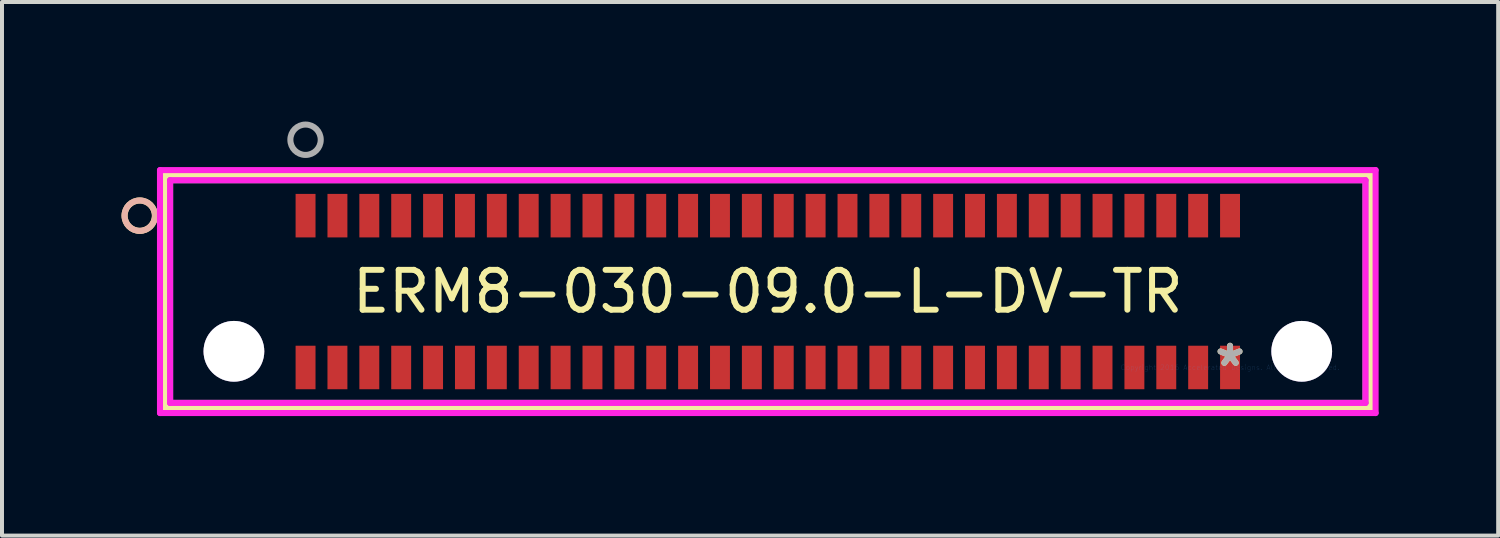
<source format=kicad_pcb>
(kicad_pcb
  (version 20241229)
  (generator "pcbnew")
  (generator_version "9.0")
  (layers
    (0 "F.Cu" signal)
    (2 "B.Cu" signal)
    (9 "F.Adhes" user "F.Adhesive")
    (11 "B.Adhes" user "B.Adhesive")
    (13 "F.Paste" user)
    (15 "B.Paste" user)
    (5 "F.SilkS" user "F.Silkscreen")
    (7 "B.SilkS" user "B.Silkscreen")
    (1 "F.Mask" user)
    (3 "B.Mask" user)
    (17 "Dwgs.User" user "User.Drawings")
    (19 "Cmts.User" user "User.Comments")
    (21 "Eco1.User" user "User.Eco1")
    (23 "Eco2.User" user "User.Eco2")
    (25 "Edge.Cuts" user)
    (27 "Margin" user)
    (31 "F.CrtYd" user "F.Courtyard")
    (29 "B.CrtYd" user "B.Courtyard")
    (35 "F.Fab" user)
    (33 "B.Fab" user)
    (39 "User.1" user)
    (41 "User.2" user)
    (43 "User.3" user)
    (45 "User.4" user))
  (footprint "ERM8-030-09.0-L-DV-TR"
    (layer "F.Cu")
    (at 27.818 6.172)
    (property "Reference" "ERM8-030-09.0-L-DV-TR" (at -11.6 -1.905 0) (layer "F.SilkS") (effects (font (size 1 1) (thickness 0.15))))
    (attr through_hole)
    (fp_line (start -26.726 -4.826) (end -26.726 1.016) (stroke (width 0.152) (type solid)) (layer "F.SilkS"))
    (fp_line (start -26.726 1.016) (end 3.526 1.016) (stroke (width 0.152) (type solid)) (layer "F.SilkS"))
    (fp_line (start 3.526 -4.826) (end -26.726 -4.826) (stroke (width 0.152) (type solid)) (layer "F.SilkS"))
    (fp_line (start 3.526 1.016) (end 3.526 -4.826) (stroke (width 0.152) (type solid)) (layer "F.SilkS"))
    (fp_circle (center -27.361 -3.81) (end -26.98 -3.81) (stroke (width 0.152) (type solid)) (fill no) (layer "F.SilkS"))
    (fp_circle (center -27.361 -3.81) (end -26.98 -3.81) (stroke (width 0.152) (type solid)) (fill no) (layer "B.SilkS"))
    (fp_line (start -26.853 -4.953) (end -26.853 1.143) (stroke (width 0.152) (type solid)) (layer "F.CrtYd"))
    (fp_line (start -26.853 1.143) (end 3.653 1.143) (stroke (width 0.152) (type solid)) (layer "F.CrtYd"))
    (fp_line (start -26.599 -4.699) (end -26.599 0.889) (stroke (width 0.152) (type solid)) (layer "F.CrtYd"))
    (fp_line (start -26.599 0.889) (end 3.399 0.889) (stroke (width 0.152) (type solid)) (layer "F.CrtYd"))
    (fp_line (start 3.399 -4.699) (end -26.599 -4.699) (stroke (width 0.152) (type solid)) (layer "F.CrtYd"))
    (fp_line (start 3.399 0.889) (end 3.399 -4.699) (stroke (width 0.152) (type solid)) (layer "F.CrtYd"))
    (fp_line (start 3.653 -4.953) (end -26.853 -4.953) (stroke (width 0.152) (type solid)) (layer "F.CrtYd"))
    (fp_line (start 3.653 1.143) (end 3.653 -4.953) (stroke (width 0.152) (type solid)) (layer "F.CrtYd"))
    (fp_line (start -26.599 -4.699) (end -26.599 0.889) (stroke (width 0.152) (type solid)) (layer "F.Fab"))
    (fp_line (start -26.599 0.889) (end 3.399 0.889) (stroke (width 0.152) (type solid)) (layer "F.Fab"))
    (fp_line (start 3.399 -4.699) (end -26.599 -4.699) (stroke (width 0.152) (type solid)) (layer "F.Fab"))
    (fp_line (start 3.399 0.889) (end 3.399 -4.699) (stroke (width 0.152) (type solid)) (layer "F.Fab"))
    (fp_circle (center -23.2 -5.715) (end -22.819 -5.715) (stroke (width 0.152) (type solid)) (fill no) (layer "F.Fab"))
    (fp_text user "*" (at 0 0 0) (layer "F.SilkS") (effects (font (size 1 1) (thickness 0.15))))
    (fp_text user "Copyright 2016 Accelerated Designs. All rights reserved." (at 0 0 0) (layer "Cmts.User") (effects (font (size 0.127 0.127) (thickness 0.002))))
    (fp_text user "*" (at 0 0 0) (layer "F.Fab") (effects (font (size 1 1) (thickness 0.15))))
    (pad "1" smd rect (at -23.2 -3.81) (size 0.5 1.092) (layers "F.Cu" "F.Mask" "F.Paste"))
    (pad "2" smd rect (at -23.2 0) (size 0.5 1.092) (layers "F.Cu" "F.Mask" "F.Paste"))
    (pad "3" smd rect (at -22.4 -3.81) (size 0.5 1.092) (layers "F.Cu" "F.Mask" "F.Paste"))
    (pad "4" smd rect (at -22.4 0) (size 0.5 1.092) (layers "F.Cu" "F.Mask" "F.Paste"))
    (pad "5" smd rect (at -21.6 -3.81) (size 0.5 1.092) (layers "F.Cu" "F.Mask" "F.Paste"))
    (pad "6" smd rect (at -21.6 0) (size 0.5 1.092) (layers "F.Cu" "F.Mask" "F.Paste"))
    (pad "7" smd rect (at -20.8 -3.81) (size 0.5 1.092) (layers "F.Cu" "F.Mask" "F.Paste"))
    (pad "8" smd rect (at -20.8 0) (size 0.5 1.092) (layers "F.Cu" "F.Mask" "F.Paste"))
    (pad "9" smd rect (at -20 -3.81) (size 0.5 1.092) (layers "F.Cu" "F.Mask" "F.Paste"))
    (pad "10" smd rect (at -20 0) (size 0.5 1.092) (layers "F.Cu" "F.Mask" "F.Paste"))
    (pad "11" smd rect (at -19.2 -3.81) (size 0.5 1.092) (layers "F.Cu" "F.Mask" "F.Paste"))
    (pad "12" smd rect (at -19.2 0) (size 0.5 1.092) (layers "F.Cu" "F.Mask" "F.Paste"))
    (pad "13" smd rect (at -18.4 -3.81) (size 0.5 1.092) (layers "F.Cu" "F.Mask" "F.Paste"))
    (pad "14" smd rect (at -18.4 0) (size 0.5 1.092) (layers "F.Cu" "F.Mask" "F.Paste"))
    (pad "15" smd rect (at -17.6 -3.81) (size 0.5 1.092) (layers "F.Cu" "F.Mask" "F.Paste"))
    (pad "16" smd rect (at -17.6 0) (size 0.5 1.092) (layers "F.Cu" "F.Mask" "F.Paste"))
    (pad "17" smd rect (at -16.8 -3.81) (size 0.5 1.092) (layers "F.Cu" "F.Mask" "F.Paste"))
    (pad "18" smd rect (at -16.8 0) (size 0.5 1.092) (layers "F.Cu" "F.Mask" "F.Paste"))
    (pad "19" smd rect (at -16 -3.81) (size 0.5 1.092) (layers "F.Cu" "F.Mask" "F.Paste"))
    (pad "20" smd rect (at -16 0) (size 0.5 1.092) (layers "F.Cu" "F.Mask" "F.Paste"))
    (pad "21" smd rect (at -15.2 -3.81) (size 0.5 1.092) (layers "F.Cu" "F.Mask" "F.Paste"))
    (pad "22" smd rect (at -15.2 0) (size 0.5 1.092) (layers "F.Cu" "F.Mask" "F.Paste"))
    (pad "23" smd rect (at -14.4 -3.81) (size 0.5 1.092) (layers "F.Cu" "F.Mask" "F.Paste"))
    (pad "24" smd rect (at -14.4 0) (size 0.5 1.092) (layers "F.Cu" "F.Mask" "F.Paste"))
    (pad "25" smd rect (at -13.6 -3.81) (size 0.5 1.092) (layers "F.Cu" "F.Mask" "F.Paste"))
    (pad "26" smd rect (at -13.6 0) (size 0.5 1.092) (layers "F.Cu" "F.Mask" "F.Paste"))
    (pad "27" smd rect (at -12.8 -3.81) (size 0.5 1.092) (layers "F.Cu" "F.Mask" "F.Paste"))
    (pad "28" smd rect (at -12.8 0) (size 0.5 1.092) (layers "F.Cu" "F.Mask" "F.Paste"))
    (pad "29" smd rect (at -12 -3.81) (size 0.5 1.092) (layers "F.Cu" "F.Mask" "F.Paste"))
    (pad "30" smd rect (at -12 0) (size 0.5 1.092) (layers "F.Cu" "F.Mask" "F.Paste"))
    (pad "31" smd rect (at -11.2 -3.81) (size 0.5 1.092) (layers "F.Cu" "F.Mask" "F.Paste"))
    (pad "32" smd rect (at -11.2 0) (size 0.5 1.092) (layers "F.Cu" "F.Mask" "F.Paste"))
    (pad "33" smd rect (at -10.4 -3.81) (size 0.5 1.092) (layers "F.Cu" "F.Mask" "F.Paste"))
    (pad "34" smd rect (at -10.4 0) (size 0.5 1.092) (layers "F.Cu" "F.Mask" "F.Paste"))
    (pad "35" smd rect (at -9.6 -3.81) (size 0.5 1.092) (layers "F.Cu" "F.Mask" "F.Paste"))
    (pad "36" smd rect (at -9.6 0) (size 0.5 1.092) (layers "F.Cu" "F.Mask" "F.Paste"))
    (pad "37" smd rect (at -8.8 -3.81) (size 0.5 1.092) (layers "F.Cu" "F.Mask" "F.Paste"))
    (pad "38" smd rect (at -8.8 0) (size 0.5 1.092) (layers "F.Cu" "F.Mask" "F.Paste"))
    (pad "39" smd rect (at -8 -3.81) (size 0.5 1.092) (layers "F.Cu" "F.Mask" "F.Paste"))
    (pad "40" smd rect (at -8 0) (size 0.5 1.092) (layers "F.Cu" "F.Mask" "F.Paste"))
    (pad "41" smd rect (at -7.2 -3.81) (size 0.5 1.092) (layers "F.Cu" "F.Mask" "F.Paste"))
    (pad "42" smd rect (at -7.2 0) (size 0.5 1.092) (layers "F.Cu" "F.Mask" "F.Paste"))
    (pad "43" smd rect (at -6.4 -3.81) (size 0.5 1.092) (layers "F.Cu" "F.Mask" "F.Paste"))
    (pad "44" smd rect (at -6.4 0) (size 0.5 1.092) (layers "F.Cu" "F.Mask" "F.Paste"))
    (pad "45" smd rect (at -5.6 -3.81) (size 0.5 1.092) (layers "F.Cu" "F.Mask" "F.Paste"))
    (pad "46" smd rect (at -5.6 0) (size 0.5 1.092) (layers "F.Cu" "F.Mask" "F.Paste"))
    (pad "47" smd rect (at -4.8 -3.81) (size 0.5 1.092) (layers "F.Cu" "F.Mask" "F.Paste"))
    (pad "48" smd rect (at -4.8 0) (size 0.5 1.092) (layers "F.Cu" "F.Mask" "F.Paste"))
    (pad "49" smd rect (at -4 -3.81) (size 0.5 1.092) (layers "F.Cu" "F.Mask" "F.Paste"))
    (pad "50" smd rect (at -4 0) (size 0.5 1.092) (layers "F.Cu" "F.Mask" "F.Paste"))
    (pad "51" smd rect (at -3.2 -3.81) (size 0.5 1.092) (layers "F.Cu" "F.Mask" "F.Paste"))
    (pad "52" smd rect (at -3.2 0) (size 0.5 1.092) (layers "F.Cu" "F.Mask" "F.Paste"))
    (pad "53" smd rect (at -2.4 -3.81) (size 0.5 1.092) (layers "F.Cu" "F.Mask" "F.Paste"))
    (pad "54" smd rect (at -2.4 0) (size 0.5 1.092) (layers "F.Cu" "F.Mask" "F.Paste"))
    (pad "55" smd rect (at -1.6 -3.81) (size 0.5 1.092) (layers "F.Cu" "F.Mask" "F.Paste"))
    (pad "56" smd rect (at -1.6 0) (size 0.5 1.092) (layers "F.Cu" "F.Mask" "F.Paste"))
    (pad "57" smd rect (at -0.8 -3.81) (size 0.5 1.092) (layers "F.Cu" "F.Mask" "F.Paste"))
    (pad "58" smd rect (at -0.8 0) (size 0.5 1.092) (layers "F.Cu" "F.Mask" "F.Paste"))
    (pad "59" smd rect (at 0.000001 -3.81) (size 0.5 1.092) (layers "F.Cu" "F.Mask" "F.Paste"))
    (pad "60" smd rect (at 0.000001 0) (size 0.5 1.092) (layers "F.Cu" "F.Mask" "F.Paste"))
    (pad "61" thru_hole circle (at -24.998 -0.406) (size 1.524 1.524) (drill 1.524) (layers "*.Cu" "*.Mask"))
    (pad "62" thru_hole circle (at 1.799 -0.406) (size 1.524 1.524) (drill 1.524) (layers "*.Cu" "*.Mask")))
  (gr_rect
    (start -3 -3)
    (end 34.547 10.391)
    (stroke (width 0.1) (type default))
    (fill no)
    (layer "Edge.Cuts")))
</source>
